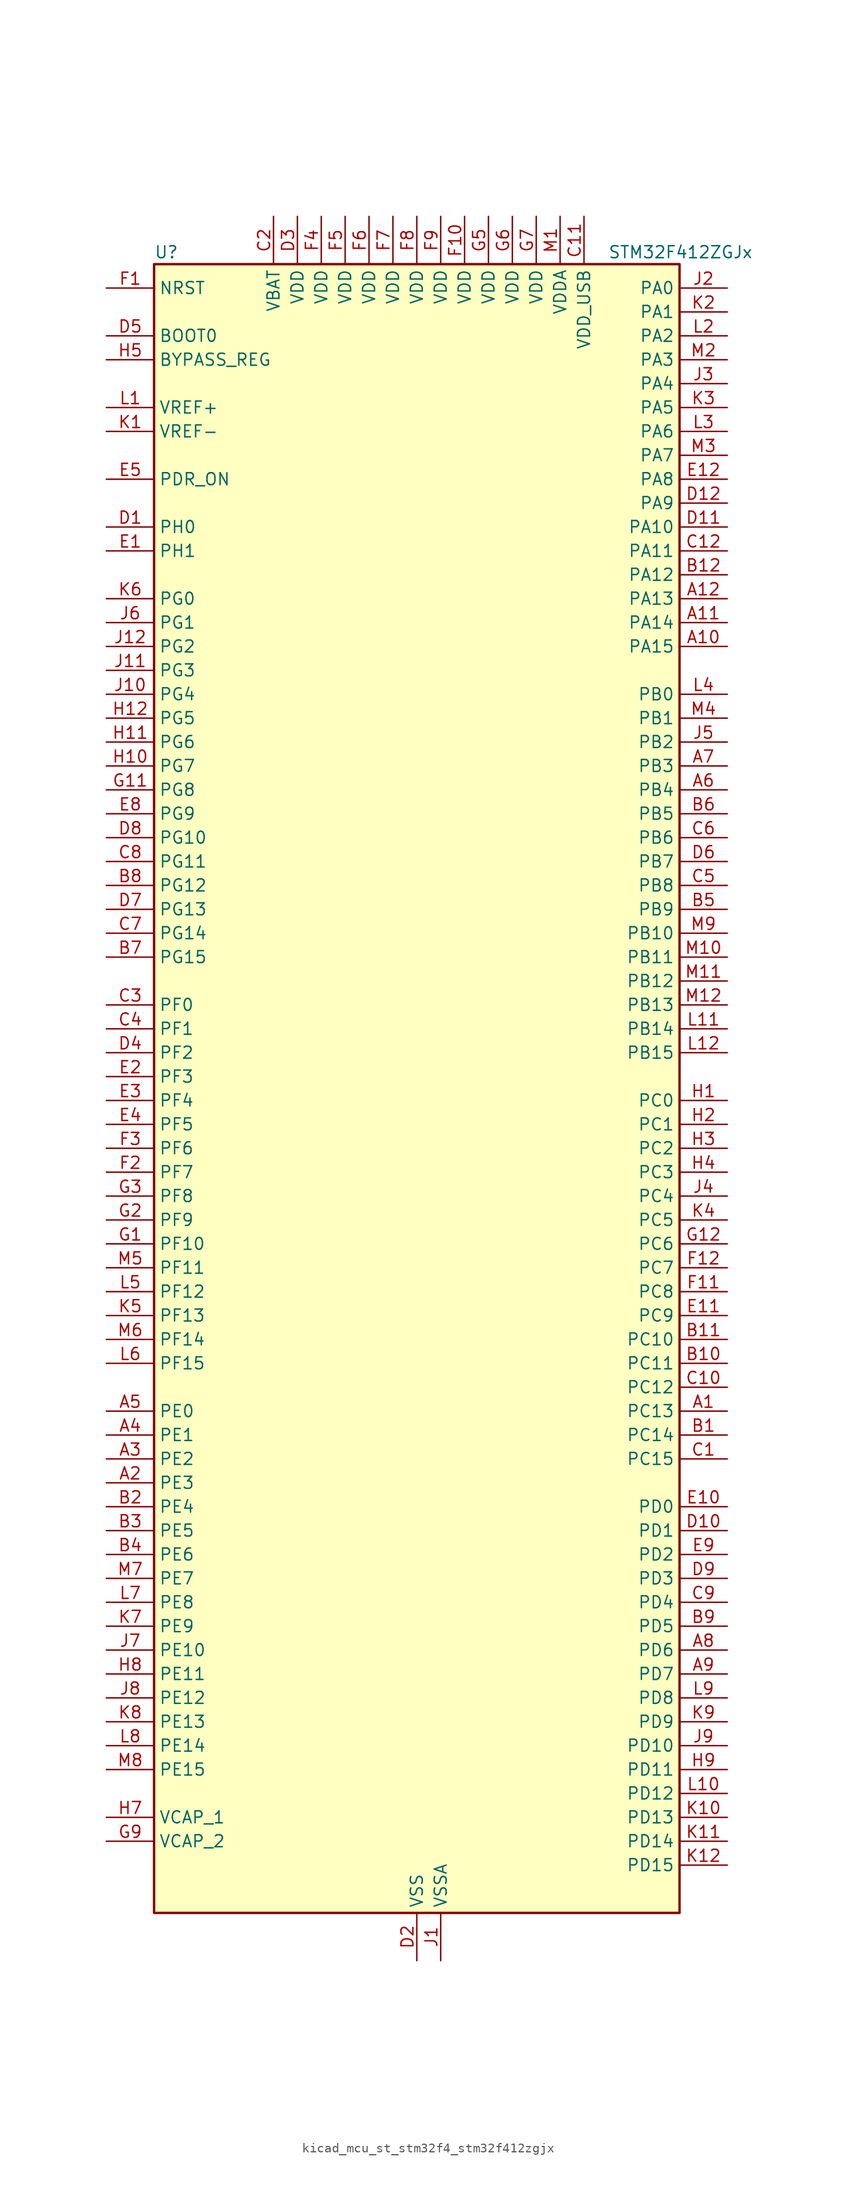
<source format=kicad_sym>
(kicad_symbol_lib
  (version 20220914)
  (generator kicad_symbol_editor)
  (symbol "kicad_mcu_st_stm32f4_stm32f412zgjx"
    (property "Reference" "U"
      (at -27.94 90.17 0)
      (effects (font (size 1.27 1.27)) (justify left)))
    (property "Value" "STM32F412ZGJx"
      (at 20.32 90.17 0)
      (effects (font (size 1.27 1.27)) (justify left)))
    (property "ki_locked" ""
      (at 0 0 0)
      (effects (font (size 1.27 1.27))))
    (symbol "kicad_mcu_st_stm32f4_stm32f412zgjx_0_1"
      (rectangle (start -27.94 -86.36) (end 27.94 88.9) (stroke (width 0.254) (type default)) (fill (type background))))
    (symbol "kicad_mcu_st_stm32f4_stm32f412zgjx_1_1"
      (pin bidirectional line (at 33.02 -33.02 180) (length 5.08) (name "PC13" (effects (font (size 1.27 1.27)))) (number "A1" (effects (font (size 1.27 1.27)))) (alternate "RTC_AF1" bidirectional line))
      (pin bidirectional line (at 33.02 48.26 180) (length 5.08) (name "PA15" (effects (font (size 1.27 1.27)))) (number "A10" (effects (font (size 1.27 1.27)))) (alternate "ADC1_EXTI15" bidirectional line) (alternate "I2S1_WS" bidirectional line) (alternate "I2S3_WS" bidirectional line) (alternate "SPI1_NSS" bidirectional line) (alternate "SPI3_NSS" bidirectional line) (alternate "SYS_JTDI" bidirectional line) (alternate "TIM2_CH1" bidirectional line) (alternate "TIM2_ETR" bidirectional line) (alternate "USART1_TX" bidirectional line))
      (pin bidirectional line (at 33.02 50.8 180) (length 5.08) (name "PA14" (effects (font (size 1.27 1.27)))) (number "A11" (effects (font (size 1.27 1.27)))) (alternate "SYS_JTCK-SWCLK" bidirectional line))
      (pin bidirectional line (at 33.02 53.34 180) (length 5.08) (name "PA13" (effects (font (size 1.27 1.27)))) (number "A12" (effects (font (size 1.27 1.27)))) (alternate "SYS_JTMS-SWDIO" bidirectional line))
      (pin bidirectional line (at -33.02 -40.64 0) (length 5.08) (name "PE3" (effects (font (size 1.27 1.27)))) (number "A2" (effects (font (size 1.27 1.27)))) (alternate "FSMC_A19" bidirectional line) (alternate "SYS_TRACED0" bidirectional line))
      (pin bidirectional line (at -33.02 -38.1 0) (length 5.08) (name "PE2" (effects (font (size 1.27 1.27)))) (number "A3" (effects (font (size 1.27 1.27)))) (alternate "FSMC_A23" bidirectional line) (alternate "I2S4_CK" bidirectional line) (alternate "I2S5_CK" bidirectional line) (alternate "QUADSPI_BK1_IO2" bidirectional line) (alternate "SPI4_SCK" bidirectional line) (alternate "SPI5_SCK" bidirectional line) (alternate "SYS_TRACECLK" bidirectional line))
      (pin bidirectional line (at -33.02 -35.56 0) (length 5.08) (name "PE1" (effects (font (size 1.27 1.27)))) (number "A4" (effects (font (size 1.27 1.27)))) (alternate "FSMC_NBL1" bidirectional line))
      (pin bidirectional line (at -33.02 -33.02 0) (length 5.08) (name "PE0" (effects (font (size 1.27 1.27)))) (number "A5" (effects (font (size 1.27 1.27)))) (alternate "FSMC_NBL0" bidirectional line) (alternate "TIM4_ETR" bidirectional line))
      (pin bidirectional line (at 33.02 33.02 180) (length 5.08) (name "PB4" (effects (font (size 1.27 1.27)))) (number "A6" (effects (font (size 1.27 1.27)))) (alternate "I2C3_SDA" bidirectional line) (alternate "I2S3_ext_SD" bidirectional line) (alternate "SDIO_D0" bidirectional line) (alternate "SPI1_MISO" bidirectional line) (alternate "SPI3_MISO" bidirectional line) (alternate "SYS_JTRST" bidirectional line) (alternate "TIM3_CH1" bidirectional line))
      (pin bidirectional line (at 33.02 35.56 180) (length 5.08) (name "PB3" (effects (font (size 1.27 1.27)))) (number "A7" (effects (font (size 1.27 1.27)))) (alternate "FMPI2C1_SDA" bidirectional line) (alternate "I2C2_SDA" bidirectional line) (alternate "I2S1_CK" bidirectional line) (alternate "I2S3_CK" bidirectional line) (alternate "SPI1_SCK" bidirectional line) (alternate "SPI3_SCK" bidirectional line) (alternate "SYS_JTDO-SWO" bidirectional line) (alternate "TIM2_CH2" bidirectional line) (alternate "USART1_RX" bidirectional line))
      (pin bidirectional line (at 33.02 -58.42 180) (length 5.08) (name "PD6" (effects (font (size 1.27 1.27)))) (number "A8" (effects (font (size 1.27 1.27)))) (alternate "DFSDM1_DATIN1" bidirectional line) (alternate "FSMC_NWAIT" bidirectional line) (alternate "I2S3_SD" bidirectional line) (alternate "SPI3_MOSI" bidirectional line) (alternate "USART2_RX" bidirectional line))
      (pin bidirectional line (at 33.02 -60.96 180) (length 5.08) (name "PD7" (effects (font (size 1.27 1.27)))) (number "A9" (effects (font (size 1.27 1.27)))) (alternate "DFSDM1_CKIN1" bidirectional line) (alternate "FSMC_NE1" bidirectional line) (alternate "USART2_CK" bidirectional line))
      (pin bidirectional line (at 33.02 -35.56 180) (length 5.08) (name "PC14" (effects (font (size 1.27 1.27)))) (number "B1" (effects (font (size 1.27 1.27)))) (alternate "RCC_OSC32_IN" bidirectional line))
      (pin bidirectional line (at 33.02 -27.94 180) (length 5.08) (name "PC11" (effects (font (size 1.27 1.27)))) (number "B10" (effects (font (size 1.27 1.27)))) (alternate "ADC1_EXTI11" bidirectional line) (alternate "FSMC_D2" bidirectional line) (alternate "FSMC_DA2" bidirectional line) (alternate "I2S3_ext_SD" bidirectional line) (alternate "QUADSPI_BK2_NCS" bidirectional line) (alternate "SDIO_D3" bidirectional line) (alternate "SPI3_MISO" bidirectional line) (alternate "USART3_RX" bidirectional line))
      (pin bidirectional line (at 33.02 -25.4 180) (length 5.08) (name "PC10" (effects (font (size 1.27 1.27)))) (number "B11" (effects (font (size 1.27 1.27)))) (alternate "I2S3_CK" bidirectional line) (alternate "QUADSPI_BK1_IO1" bidirectional line) (alternate "SDIO_D2" bidirectional line) (alternate "SPI3_SCK" bidirectional line) (alternate "USART3_TX" bidirectional line))
      (pin bidirectional line (at 33.02 55.88 180) (length 5.08) (name "PA12" (effects (font (size 1.27 1.27)))) (number "B12" (effects (font (size 1.27 1.27)))) (alternate "CAN1_TX" bidirectional line) (alternate "SPI5_MISO" bidirectional line) (alternate "TIM1_ETR" bidirectional line) (alternate "USART1_RTS" bidirectional line) (alternate "USART6_RX" bidirectional line) (alternate "USB_OTG_FS_DP" bidirectional line))
      (pin bidirectional line (at -33.02 -43.18 0) (length 5.08) (name "PE4" (effects (font (size 1.27 1.27)))) (number "B2" (effects (font (size 1.27 1.27)))) (alternate "DFSDM1_DATIN3" bidirectional line) (alternate "FSMC_A20" bidirectional line) (alternate "I2S4_WS" bidirectional line) (alternate "I2S5_WS" bidirectional line) (alternate "SPI4_NSS" bidirectional line) (alternate "SPI5_NSS" bidirectional line) (alternate "SYS_TRACED1" bidirectional line))
      (pin bidirectional line (at -33.02 -45.72 0) (length 5.08) (name "PE5" (effects (font (size 1.27 1.27)))) (number "B3" (effects (font (size 1.27 1.27)))) (alternate "DFSDM1_CKIN3" bidirectional line) (alternate "FSMC_A21" bidirectional line) (alternate "SPI4_MISO" bidirectional line) (alternate "SPI5_MISO" bidirectional line) (alternate "SYS_TRACED2" bidirectional line) (alternate "TIM9_CH1" bidirectional line))
      (pin bidirectional line (at -33.02 -48.26 0) (length 5.08) (name "PE6" (effects (font (size 1.27 1.27)))) (number "B4" (effects (font (size 1.27 1.27)))) (alternate "FSMC_A22" bidirectional line) (alternate "I2S4_SD" bidirectional line) (alternate "I2S5_SD" bidirectional line) (alternate "SPI4_MOSI" bidirectional line) (alternate "SPI5_MOSI" bidirectional line) (alternate "SYS_TRACED3" bidirectional line) (alternate "TIM9_CH2" bidirectional line))
      (pin bidirectional line (at 33.02 20.32 180) (length 5.08) (name "PB9" (effects (font (size 1.27 1.27)))) (number "B5" (effects (font (size 1.27 1.27)))) (alternate "CAN1_TX" bidirectional line) (alternate "I2C1_SDA" bidirectional line) (alternate "I2C2_SDA" bidirectional line) (alternate "I2S2_WS" bidirectional line) (alternate "SDIO_D5" bidirectional line) (alternate "SPI2_NSS" bidirectional line) (alternate "TIM11_CH1" bidirectional line) (alternate "TIM4_CH4" bidirectional line))
      (pin bidirectional line (at 33.02 30.48 180) (length 5.08) (name "PB5" (effects (font (size 1.27 1.27)))) (number "B6" (effects (font (size 1.27 1.27)))) (alternate "CAN2_RX" bidirectional line) (alternate "I2C1_SMBA" bidirectional line) (alternate "I2S1_SD" bidirectional line) (alternate "I2S3_SD" bidirectional line) (alternate "SDIO_D3" bidirectional line) (alternate "SPI1_MOSI" bidirectional line) (alternate "SPI3_MOSI" bidirectional line) (alternate "TIM3_CH2" bidirectional line))
      (pin bidirectional line (at -33.02 15.24 0) (length 5.08) (name "PG15" (effects (font (size 1.27 1.27)))) (number "B7" (effects (font (size 1.27 1.27)))) (alternate "ADC1_EXTI15" bidirectional line) (alternate "USART6_CTS" bidirectional line))
      (pin bidirectional line (at -33.02 22.86 0) (length 5.08) (name "PG12" (effects (font (size 1.27 1.27)))) (number "B8" (effects (font (size 1.27 1.27)))) (alternate "CAN2_TX" bidirectional line) (alternate "FSMC_NE4" bidirectional line) (alternate "USART6_RTS" bidirectional line))
      (pin bidirectional line (at 33.02 -55.88 180) (length 5.08) (name "PD5" (effects (font (size 1.27 1.27)))) (number "B9" (effects (font (size 1.27 1.27)))) (alternate "FSMC_NWE" bidirectional line) (alternate "USART2_TX" bidirectional line))
      (pin bidirectional line (at 33.02 -38.1 180) (length 5.08) (name "PC15" (effects (font (size 1.27 1.27)))) (number "C1" (effects (font (size 1.27 1.27)))) (alternate "ADC1_EXTI15" bidirectional line) (alternate "RCC_OSC32_OUT" bidirectional line))
      (pin bidirectional line (at 33.02 -30.48 180) (length 5.08) (name "PC12" (effects (font (size 1.27 1.27)))) (number "C10" (effects (font (size 1.27 1.27)))) (alternate "FSMC_D3" bidirectional line) (alternate "FSMC_DA3" bidirectional line) (alternate "I2S3_SD" bidirectional line) (alternate "SDIO_CK" bidirectional line) (alternate "SPI3_MOSI" bidirectional line) (alternate "USART3_CK" bidirectional line))
      (pin power_in line (at 17.78 93.98 270) (length 5.08) (name "VDD_USB" (effects (font (size 1.27 1.27)))) (number "C11" (effects (font (size 1.27 1.27)))))
      (pin bidirectional line (at 33.02 58.42 180) (length 5.08) (name "PA11" (effects (font (size 1.27 1.27)))) (number "C12" (effects (font (size 1.27 1.27)))) (alternate "ADC1_EXTI11" bidirectional line) (alternate "CAN1_RX" bidirectional line) (alternate "SPI4_MISO" bidirectional line) (alternate "TIM1_CH4" bidirectional line) (alternate "USART1_CTS" bidirectional line) (alternate "USART6_TX" bidirectional line) (alternate "USB_OTG_FS_DM" bidirectional line))
      (pin power_in line (at -15.24 93.98 270) (length 5.08) (name "VBAT" (effects (font (size 1.27 1.27)))) (number "C2" (effects (font (size 1.27 1.27)))))
      (pin bidirectional line (at -33.02 10.16 0) (length 5.08) (name "PF0" (effects (font (size 1.27 1.27)))) (number "C3" (effects (font (size 1.27 1.27)))) (alternate "FSMC_A0" bidirectional line) (alternate "I2C2_SDA" bidirectional line))
      (pin bidirectional line (at -33.02 7.62 0) (length 5.08) (name "PF1" (effects (font (size 1.27 1.27)))) (number "C4" (effects (font (size 1.27 1.27)))) (alternate "FSMC_A1" bidirectional line) (alternate "I2C2_SCL" bidirectional line))
      (pin bidirectional line (at 33.02 22.86 180) (length 5.08) (name "PB8" (effects (font (size 1.27 1.27)))) (number "C5" (effects (font (size 1.27 1.27)))) (alternate "CAN1_RX" bidirectional line) (alternate "I2C1_SCL" bidirectional line) (alternate "I2C3_SDA" bidirectional line) (alternate "I2S5_SD" bidirectional line) (alternate "SDIO_D4" bidirectional line) (alternate "SPI5_MOSI" bidirectional line) (alternate "TIM10_CH1" bidirectional line) (alternate "TIM4_CH3" bidirectional line))
      (pin bidirectional line (at 33.02 27.94 180) (length 5.08) (name "PB6" (effects (font (size 1.27 1.27)))) (number "C6" (effects (font (size 1.27 1.27)))) (alternate "CAN2_TX" bidirectional line) (alternate "I2C1_SCL" bidirectional line) (alternate "QUADSPI_BK1_NCS" bidirectional line) (alternate "SDIO_D0" bidirectional line) (alternate "TIM4_CH1" bidirectional line) (alternate "USART1_TX" bidirectional line))
      (pin bidirectional line (at -33.02 17.78 0) (length 5.08) (name "PG14" (effects (font (size 1.27 1.27)))) (number "C7" (effects (font (size 1.27 1.27)))) (alternate "FSMC_A25" bidirectional line) (alternate "QUADSPI_BK2_IO3" bidirectional line) (alternate "SYS_TRACED3" bidirectional line) (alternate "USART6_TX" bidirectional line))
      (pin bidirectional line (at -33.02 25.4 0) (length 5.08) (name "PG11" (effects (font (size 1.27 1.27)))) (number "C8" (effects (font (size 1.27 1.27)))) (alternate "ADC1_EXTI11" bidirectional line) (alternate "CAN2_RX" bidirectional line))
      (pin bidirectional line (at 33.02 -53.34 180) (length 5.08) (name "PD4" (effects (font (size 1.27 1.27)))) (number "C9" (effects (font (size 1.27 1.27)))) (alternate "DFSDM1_CKIN0" bidirectional line) (alternate "FSMC_NOE" bidirectional line) (alternate "USART2_RTS" bidirectional line))
      (pin bidirectional line (at -33.02 60.96 0) (length 5.08) (name "PH0" (effects (font (size 1.27 1.27)))) (number "D1" (effects (font (size 1.27 1.27)))) (alternate "RCC_OSC_IN" bidirectional line))
      (pin bidirectional line (at 33.02 -45.72 180) (length 5.08) (name "PD1" (effects (font (size 1.27 1.27)))) (number "D10" (effects (font (size 1.27 1.27)))) (alternate "CAN1_TX" bidirectional line) (alternate "FSMC_D3" bidirectional line) (alternate "FSMC_DA3" bidirectional line))
      (pin bidirectional line (at 33.02 60.96 180) (length 5.08) (name "PA10" (effects (font (size 1.27 1.27)))) (number "D11" (effects (font (size 1.27 1.27)))) (alternate "I2S5_SD" bidirectional line) (alternate "SPI5_MOSI" bidirectional line) (alternate "TIM1_CH3" bidirectional line) (alternate "USART1_RX" bidirectional line) (alternate "USB_OTG_FS_ID" bidirectional line))
      (pin bidirectional line (at 33.02 63.5 180) (length 5.08) (name "PA9" (effects (font (size 1.27 1.27)))) (number "D12" (effects (font (size 1.27 1.27)))) (alternate "I2C3_SMBA" bidirectional line) (alternate "SDIO_D2" bidirectional line) (alternate "TIM1_CH2" bidirectional line) (alternate "USART1_TX" bidirectional line) (alternate "USB_OTG_FS_VBUS" bidirectional line))
      (pin power_in line (at 0 -91.44 90) (length 5.08) (name "VSS" (effects (font (size 1.27 1.27)))) (number "D2" (effects (font (size 1.27 1.27)))))
      (pin power_in line (at -12.7 93.98 270) (length 5.08) (name "VDD" (effects (font (size 1.27 1.27)))) (number "D3" (effects (font (size 1.27 1.27)))))
      (pin bidirectional line (at -33.02 5.08 0) (length 5.08) (name "PF2" (effects (font (size 1.27 1.27)))) (number "D4" (effects (font (size 1.27 1.27)))) (alternate "FSMC_A2" bidirectional line) (alternate "I2C2_SMBA" bidirectional line))
      (pin input line (at -33.02 81.28 0) (length 5.08) (name "BOOT0" (effects (font (size 1.27 1.27)))) (number "D5" (effects (font (size 1.27 1.27)))))
      (pin bidirectional line (at 33.02 25.4 180) (length 5.08) (name "PB7" (effects (font (size 1.27 1.27)))) (number "D6" (effects (font (size 1.27 1.27)))) (alternate "FSMC_NL" bidirectional line) (alternate "I2C1_SDA" bidirectional line) (alternate "TIM4_CH2" bidirectional line) (alternate "USART1_RX" bidirectional line))
      (pin bidirectional line (at -33.02 20.32 0) (length 5.08) (name "PG13" (effects (font (size 1.27 1.27)))) (number "D7" (effects (font (size 1.27 1.27)))) (alternate "FSMC_A24" bidirectional line) (alternate "SYS_TRACED2" bidirectional line) (alternate "USART6_CTS" bidirectional line))
      (pin bidirectional line (at -33.02 27.94 0) (length 5.08) (name "PG10" (effects (font (size 1.27 1.27)))) (number "D8" (effects (font (size 1.27 1.27)))) (alternate "FSMC_NE3" bidirectional line))
      (pin bidirectional line (at 33.02 -50.8 180) (length 5.08) (name "PD3" (effects (font (size 1.27 1.27)))) (number "D9" (effects (font (size 1.27 1.27)))) (alternate "DFSDM1_DATIN0" bidirectional line) (alternate "FSMC_CLK" bidirectional line) (alternate "I2S2_CK" bidirectional line) (alternate "QUADSPI_CLK" bidirectional line) (alternate "SPI2_SCK" bidirectional line) (alternate "SYS_TRACED1" bidirectional line) (alternate "USART2_CTS" bidirectional line))
      (pin bidirectional line (at -33.02 58.42 0) (length 5.08) (name "PH1" (effects (font (size 1.27 1.27)))) (number "E1" (effects (font (size 1.27 1.27)))) (alternate "RCC_OSC_OUT" bidirectional line))
      (pin bidirectional line (at 33.02 -43.18 180) (length 5.08) (name "PD0" (effects (font (size 1.27 1.27)))) (number "E10" (effects (font (size 1.27 1.27)))) (alternate "CAN1_RX" bidirectional line) (alternate "FSMC_D2" bidirectional line) (alternate "FSMC_DA2" bidirectional line))
      (pin bidirectional line (at 33.02 -22.86 180) (length 5.08) (name "PC9" (effects (font (size 1.27 1.27)))) (number "E11" (effects (font (size 1.27 1.27)))) (alternate "I2C3_SDA" bidirectional line) (alternate "I2S_CKIN" bidirectional line) (alternate "QUADSPI_BK1_IO0" bidirectional line) (alternate "RCC_MCO_2" bidirectional line) (alternate "SDIO_D1" bidirectional line) (alternate "TIM3_CH4" bidirectional line) (alternate "TIM8_CH4" bidirectional line))
      (pin bidirectional line (at 33.02 66.04 180) (length 5.08) (name "PA8" (effects (font (size 1.27 1.27)))) (number "E12" (effects (font (size 1.27 1.27)))) (alternate "I2C3_SCL" bidirectional line) (alternate "RCC_MCO_1" bidirectional line) (alternate "SDIO_D1" bidirectional line) (alternate "TIM1_CH1" bidirectional line) (alternate "USART1_CK" bidirectional line) (alternate "USB_OTG_FS_SOF" bidirectional line))
      (pin bidirectional line (at -33.02 2.54 0) (length 5.08) (name "PF3" (effects (font (size 1.27 1.27)))) (number "E2" (effects (font (size 1.27 1.27)))) (alternate "FSMC_A3" bidirectional line) (alternate "TIM5_CH1" bidirectional line))
      (pin bidirectional line (at -33.02 0 0) (length 5.08) (name "PF4" (effects (font (size 1.27 1.27)))) (number "E3" (effects (font (size 1.27 1.27)))) (alternate "FSMC_A4" bidirectional line) (alternate "TIM5_CH2" bidirectional line))
      (pin bidirectional line (at -33.02 -2.54 0) (length 5.08) (name "PF5" (effects (font (size 1.27 1.27)))) (number "E4" (effects (font (size 1.27 1.27)))) (alternate "FSMC_A5" bidirectional line) (alternate "TIM5_CH3" bidirectional line))
      (pin input line (at -33.02 66.04 0) (length 5.08) (name "PDR_ON" (effects (font (size 1.27 1.27)))) (number "E5" (effects (font (size 1.27 1.27)))))
      (pin passive line (at 0 -91.44 90) (length 5.08) hide (name "VSS" (effects (font (size 1.27 1.27)))) (number "E6" (effects (font (size 1.27 1.27)))))
      (pin passive line (at 0 -91.44 90) (length 5.08) hide (name "VSS" (effects (font (size 1.27 1.27)))) (number "E7" (effects (font (size 1.27 1.27)))))
      (pin bidirectional line (at -33.02 30.48 0) (length 5.08) (name "PG9" (effects (font (size 1.27 1.27)))) (number "E8" (effects (font (size 1.27 1.27)))) (alternate "FSMC_NE2" bidirectional line) (alternate "QUADSPI_BK2_IO2" bidirectional line) (alternate "USART6_RX" bidirectional line))
      (pin bidirectional line (at 33.02 -48.26 180) (length 5.08) (name "PD2" (effects (font (size 1.27 1.27)))) (number "E9" (effects (font (size 1.27 1.27)))) (alternate "FSMC_NWE" bidirectional line) (alternate "SDIO_CMD" bidirectional line) (alternate "TIM3_ETR" bidirectional line))
      (pin input line (at -33.02 86.36 0) (length 5.08) (name "NRST" (effects (font (size 1.27 1.27)))) (number "F1" (effects (font (size 1.27 1.27)))))
      (pin power_in line (at 5.08 93.98 270) (length 5.08) (name "VDD" (effects (font (size 1.27 1.27)))) (number "F10" (effects (font (size 1.27 1.27)))))
      (pin bidirectional line (at 33.02 -20.32 180) (length 5.08) (name "PC8" (effects (font (size 1.27 1.27)))) (number "F11" (effects (font (size 1.27 1.27)))) (alternate "QUADSPI_BK1_IO2" bidirectional line) (alternate "SDIO_D0" bidirectional line) (alternate "TIM3_CH3" bidirectional line) (alternate "TIM8_CH3" bidirectional line) (alternate "USART6_CK" bidirectional line))
      (pin bidirectional line (at 33.02 -17.78 180) (length 5.08) (name "PC7" (effects (font (size 1.27 1.27)))) (number "F12" (effects (font (size 1.27 1.27)))) (alternate "DFSDM1_DATIN3" bidirectional line) (alternate "FMPI2C1_SDA" bidirectional line) (alternate "I2S2_CK" bidirectional line) (alternate "I2S3_MCK" bidirectional line) (alternate "SDIO_D7" bidirectional line) (alternate "SPI2_SCK" bidirectional line) (alternate "TIM3_CH2" bidirectional line) (alternate "TIM8_CH2" bidirectional line) (alternate "USART6_RX" bidirectional line))
      (pin bidirectional line (at -33.02 -7.62 0) (length 5.08) (name "PF7" (effects (font (size 1.27 1.27)))) (number "F2" (effects (font (size 1.27 1.27)))) (alternate "QUADSPI_BK1_IO2" bidirectional line) (alternate "SYS_TRACED1" bidirectional line) (alternate "TIM11_CH1" bidirectional line))
      (pin bidirectional line (at -33.02 -5.08 0) (length 5.08) (name "PF6" (effects (font (size 1.27 1.27)))) (number "F3" (effects (font (size 1.27 1.27)))) (alternate "QUADSPI_BK1_IO3" bidirectional line) (alternate "SYS_TRACED0" bidirectional line) (alternate "TIM10_CH1" bidirectional line))
      (pin power_in line (at -10.16 93.98 270) (length 5.08) (name "VDD" (effects (font (size 1.27 1.27)))) (number "F4" (effects (font (size 1.27 1.27)))))
      (pin power_in line (at -7.62 93.98 270) (length 5.08) (name "VDD" (effects (font (size 1.27 1.27)))) (number "F5" (effects (font (size 1.27 1.27)))))
      (pin power_in line (at -5.08 93.98 270) (length 5.08) (name "VDD" (effects (font (size 1.27 1.27)))) (number "F6" (effects (font (size 1.27 1.27)))))
      (pin power_in line (at -2.54 93.98 270) (length 5.08) (name "VDD" (effects (font (size 1.27 1.27)))) (number "F7" (effects (font (size 1.27 1.27)))))
      (pin power_in line (at 0 93.98 270) (length 5.08) (name "VDD" (effects (font (size 1.27 1.27)))) (number "F8" (effects (font (size 1.27 1.27)))))
      (pin power_in line (at 2.54 93.98 270) (length 5.08) (name "VDD" (effects (font (size 1.27 1.27)))) (number "F9" (effects (font (size 1.27 1.27)))))
      (pin bidirectional line (at -33.02 -15.24 0) (length 5.08) (name "PF10" (effects (font (size 1.27 1.27)))) (number "G1" (effects (font (size 1.27 1.27)))) (alternate "TIM1_ETR" bidirectional line) (alternate "TIM5_CH4" bidirectional line))
      (pin passive line (at 0 -91.44 90) (length 5.08) hide (name "VSS" (effects (font (size 1.27 1.27)))) (number "G10" (effects (font (size 1.27 1.27)))))
      (pin bidirectional line (at -33.02 33.02 0) (length 5.08) (name "PG8" (effects (font (size 1.27 1.27)))) (number "G11" (effects (font (size 1.27 1.27)))) (alternate "USART6_RTS" bidirectional line))
      (pin bidirectional line (at 33.02 -15.24 180) (length 5.08) (name "PC6" (effects (font (size 1.27 1.27)))) (number "G12" (effects (font (size 1.27 1.27)))) (alternate "DFSDM1_CKIN3" bidirectional line) (alternate "FMPI2C1_SCL" bidirectional line) (alternate "FSMC_D1" bidirectional line) (alternate "FSMC_DA1" bidirectional line) (alternate "I2S2_MCK" bidirectional line) (alternate "SDIO_D6" bidirectional line) (alternate "TIM3_CH1" bidirectional line) (alternate "TIM8_CH1" bidirectional line) (alternate "USART6_TX" bidirectional line))
      (pin bidirectional line (at -33.02 -12.7 0) (length 5.08) (name "PF9" (effects (font (size 1.27 1.27)))) (number "G2" (effects (font (size 1.27 1.27)))) (alternate "QUADSPI_BK1_IO1" bidirectional line) (alternate "TIM14_CH1" bidirectional line))
      (pin bidirectional line (at -33.02 -10.16 0) (length 5.08) (name "PF8" (effects (font (size 1.27 1.27)))) (number "G3" (effects (font (size 1.27 1.27)))) (alternate "QUADSPI_BK1_IO0" bidirectional line) (alternate "TIM13_CH1" bidirectional line))
      (pin passive line (at 0 -91.44 90) (length 5.08) hide (name "VSS" (effects (font (size 1.27 1.27)))) (number "G4" (effects (font (size 1.27 1.27)))))
      (pin power_in line (at 7.62 93.98 270) (length 5.08) (name "VDD" (effects (font (size 1.27 1.27)))) (number "G5" (effects (font (size 1.27 1.27)))))
      (pin power_in line (at 10.16 93.98 270) (length 5.08) (name "VDD" (effects (font (size 1.27 1.27)))) (number "G6" (effects (font (size 1.27 1.27)))))
      (pin power_in line (at 12.7 93.98 270) (length 5.08) (name "VDD" (effects (font (size 1.27 1.27)))) (number "G7" (effects (font (size 1.27 1.27)))))
      (pin passive line (at 0 -91.44 90) (length 5.08) hide (name "VSS" (effects (font (size 1.27 1.27)))) (number "G8" (effects (font (size 1.27 1.27)))))
      (pin power_out line (at -33.02 -78.74 0) (length 5.08) (name "VCAP_2" (effects (font (size 1.27 1.27)))) (number "G9" (effects (font (size 1.27 1.27)))))
      (pin bidirectional line (at 33.02 0 180) (length 5.08) (name "PC0" (effects (font (size 1.27 1.27)))) (number "H1" (effects (font (size 1.27 1.27)))) (alternate "ADC1_IN10" bidirectional line) (alternate "SYS_WKUP2" bidirectional line))
      (pin bidirectional line (at -33.02 35.56 0) (length 5.08) (name "PG7" (effects (font (size 1.27 1.27)))) (number "H10" (effects (font (size 1.27 1.27)))) (alternate "USART6_CK" bidirectional line))
      (pin bidirectional line (at -33.02 38.1 0) (length 5.08) (name "PG6" (effects (font (size 1.27 1.27)))) (number "H11" (effects (font (size 1.27 1.27)))) (alternate "QUADSPI_BK1_NCS" bidirectional line))
      (pin bidirectional line (at -33.02 40.64 0) (length 5.08) (name "PG5" (effects (font (size 1.27 1.27)))) (number "H12" (effects (font (size 1.27 1.27)))) (alternate "FSMC_A15" bidirectional line))
      (pin bidirectional line (at 33.02 -2.54 180) (length 5.08) (name "PC1" (effects (font (size 1.27 1.27)))) (number "H2" (effects (font (size 1.27 1.27)))) (alternate "ADC1_IN11" bidirectional line) (alternate "SYS_WKUP3" bidirectional line))
      (pin bidirectional line (at 33.02 -5.08 180) (length 5.08) (name "PC2" (effects (font (size 1.27 1.27)))) (number "H3" (effects (font (size 1.27 1.27)))) (alternate "ADC1_IN12" bidirectional line) (alternate "DFSDM1_CKOUT" bidirectional line) (alternate "FSMC_NWE" bidirectional line) (alternate "I2S2_ext_SD" bidirectional line) (alternate "SPI2_MISO" bidirectional line))
      (pin bidirectional line (at 33.02 -7.62 180) (length 5.08) (name "PC3" (effects (font (size 1.27 1.27)))) (number "H4" (effects (font (size 1.27 1.27)))) (alternate "ADC1_IN13" bidirectional line) (alternate "FSMC_A0" bidirectional line) (alternate "I2S2_SD" bidirectional line) (alternate "SPI2_MOSI" bidirectional line))
      (pin input line (at -33.02 78.74 0) (length 5.08) (name "BYPASS_REG" (effects (font (size 1.27 1.27)))) (number "H5" (effects (font (size 1.27 1.27)))))
      (pin passive line (at 0 -91.44 90) (length 5.08) hide (name "VSS" (effects (font (size 1.27 1.27)))) (number "H6" (effects (font (size 1.27 1.27)))))
      (pin power_out line (at -33.02 -76.2 0) (length 5.08) (name "VCAP_1" (effects (font (size 1.27 1.27)))) (number "H7" (effects (font (size 1.27 1.27)))))
      (pin bidirectional line (at -33.02 -60.96 0) (length 5.08) (name "PE11" (effects (font (size 1.27 1.27)))) (number "H8" (effects (font (size 1.27 1.27)))) (alternate "ADC1_EXTI11" bidirectional line) (alternate "FSMC_D8" bidirectional line) (alternate "FSMC_DA8" bidirectional line) (alternate "I2S4_WS" bidirectional line) (alternate "I2S5_WS" bidirectional line) (alternate "SPI4_NSS" bidirectional line) (alternate "SPI5_NSS" bidirectional line) (alternate "TIM1_CH2" bidirectional line))
      (pin bidirectional line (at 33.02 -71.12 180) (length 5.08) (name "PD11" (effects (font (size 1.27 1.27)))) (number "H9" (effects (font (size 1.27 1.27)))) (alternate "ADC1_EXTI11" bidirectional line) (alternate "FMPI2C1_SMBA" bidirectional line) (alternate "FSMC_A16" bidirectional line) (alternate "QUADSPI_BK1_IO0" bidirectional line) (alternate "USART3_CTS" bidirectional line))
      (pin power_in line (at 2.54 -91.44 90) (length 5.08) (name "VSSA" (effects (font (size 1.27 1.27)))) (number "J1" (effects (font (size 1.27 1.27)))))
      (pin bidirectional line (at -33.02 43.18 0) (length 5.08) (name "PG4" (effects (font (size 1.27 1.27)))) (number "J10" (effects (font (size 1.27 1.27)))) (alternate "FSMC_A14" bidirectional line))
      (pin bidirectional line (at -33.02 45.72 0) (length 5.08) (name "PG3" (effects (font (size 1.27 1.27)))) (number "J11" (effects (font (size 1.27 1.27)))) (alternate "FSMC_A13" bidirectional line))
      (pin bidirectional line (at -33.02 48.26 0) (length 5.08) (name "PG2" (effects (font (size 1.27 1.27)))) (number "J12" (effects (font (size 1.27 1.27)))) (alternate "FSMC_A12" bidirectional line))
      (pin bidirectional line (at 33.02 86.36 180) (length 5.08) (name "PA0" (effects (font (size 1.27 1.27)))) (number "J2" (effects (font (size 1.27 1.27)))) (alternate "ADC1_IN0" bidirectional line) (alternate "SYS_WKUP1" bidirectional line) (alternate "TIM2_CH1" bidirectional line) (alternate "TIM2_ETR" bidirectional line) (alternate "TIM5_CH1" bidirectional line) (alternate "TIM8_ETR" bidirectional line) (alternate "USART2_CTS" bidirectional line))
      (pin bidirectional line (at 33.02 76.2 180) (length 5.08) (name "PA4" (effects (font (size 1.27 1.27)))) (number "J3" (effects (font (size 1.27 1.27)))) (alternate "ADC1_IN4" bidirectional line) (alternate "DFSDM1_DATIN1" bidirectional line) (alternate "FSMC_D6" bidirectional line) (alternate "FSMC_DA6" bidirectional line) (alternate "I2S1_WS" bidirectional line) (alternate "I2S3_WS" bidirectional line) (alternate "SPI1_NSS" bidirectional line) (alternate "SPI3_NSS" bidirectional line) (alternate "USART2_CK" bidirectional line))
      (pin bidirectional line (at 33.02 -10.16 180) (length 5.08) (name "PC4" (effects (font (size 1.27 1.27)))) (number "J4" (effects (font (size 1.27 1.27)))) (alternate "ADC1_IN14" bidirectional line) (alternate "FSMC_NE4" bidirectional line) (alternate "I2S1_MCK" bidirectional line) (alternate "QUADSPI_BK2_IO2" bidirectional line))
      (pin bidirectional line (at 33.02 38.1 180) (length 5.08) (name "PB2" (effects (font (size 1.27 1.27)))) (number "J5" (effects (font (size 1.27 1.27)))) (alternate "DFSDM1_CKIN0" bidirectional line) (alternate "QUADSPI_CLK" bidirectional line))
      (pin bidirectional line (at -33.02 50.8 0) (length 5.08) (name "PG1" (effects (font (size 1.27 1.27)))) (number "J6" (effects (font (size 1.27 1.27)))) (alternate "CAN1_TX" bidirectional line) (alternate "FSMC_A11" bidirectional line))
      (pin bidirectional line (at -33.02 -58.42 0) (length 5.08) (name "PE10" (effects (font (size 1.27 1.27)))) (number "J7" (effects (font (size 1.27 1.27)))) (alternate "FSMC_D7" bidirectional line) (alternate "FSMC_DA7" bidirectional line) (alternate "QUADSPI_BK2_IO3" bidirectional line) (alternate "TIM1_CH2N" bidirectional line))
      (pin bidirectional line (at -33.02 -63.5 0) (length 5.08) (name "PE12" (effects (font (size 1.27 1.27)))) (number "J8" (effects (font (size 1.27 1.27)))) (alternate "FSMC_D9" bidirectional line) (alternate "FSMC_DA9" bidirectional line) (alternate "I2S4_CK" bidirectional line) (alternate "I2S5_CK" bidirectional line) (alternate "SPI4_SCK" bidirectional line) (alternate "SPI5_SCK" bidirectional line) (alternate "TIM1_CH3N" bidirectional line))
      (pin bidirectional line (at 33.02 -68.58 180) (length 5.08) (name "PD10" (effects (font (size 1.27 1.27)))) (number "J9" (effects (font (size 1.27 1.27)))) (alternate "FSMC_D15" bidirectional line) (alternate "FSMC_DA15" bidirectional line) (alternate "USART3_CK" bidirectional line))
      (pin input line (at -33.02 71.12 0) (length 5.08) (name "VREF-" (effects (font (size 1.27 1.27)))) (number "K1" (effects (font (size 1.27 1.27)))))
      (pin bidirectional line (at 33.02 -76.2 180) (length 5.08) (name "PD13" (effects (font (size 1.27 1.27)))) (number "K10" (effects (font (size 1.27 1.27)))) (alternate "FMPI2C1_SDA" bidirectional line) (alternate "FSMC_A18" bidirectional line) (alternate "QUADSPI_BK1_IO3" bidirectional line) (alternate "TIM4_CH2" bidirectional line))
      (pin bidirectional line (at 33.02 -78.74 180) (length 5.08) (name "PD14" (effects (font (size 1.27 1.27)))) (number "K11" (effects (font (size 1.27 1.27)))) (alternate "FMPI2C1_SCL" bidirectional line) (alternate "FSMC_D0" bidirectional line) (alternate "FSMC_DA0" bidirectional line) (alternate "TIM4_CH3" bidirectional line))
      (pin bidirectional line (at 33.02 -81.28 180) (length 5.08) (name "PD15" (effects (font (size 1.27 1.27)))) (number "K12" (effects (font (size 1.27 1.27)))) (alternate "ADC1_EXTI15" bidirectional line) (alternate "FMPI2C1_SDA" bidirectional line) (alternate "FSMC_D1" bidirectional line) (alternate "FSMC_DA1" bidirectional line) (alternate "TIM4_CH4" bidirectional line))
      (pin bidirectional line (at 33.02 83.82 180) (length 5.08) (name "PA1" (effects (font (size 1.27 1.27)))) (number "K2" (effects (font (size 1.27 1.27)))) (alternate "ADC1_IN1" bidirectional line) (alternate "I2S4_SD" bidirectional line) (alternate "QUADSPI_BK1_IO3" bidirectional line) (alternate "SPI4_MOSI" bidirectional line) (alternate "TIM2_CH2" bidirectional line) (alternate "TIM5_CH2" bidirectional line) (alternate "USART2_RTS" bidirectional line))
      (pin bidirectional line (at 33.02 73.66 180) (length 5.08) (name "PA5" (effects (font (size 1.27 1.27)))) (number "K3" (effects (font (size 1.27 1.27)))) (alternate "ADC1_IN5" bidirectional line) (alternate "DFSDM1_CKIN1" bidirectional line) (alternate "FSMC_D7" bidirectional line) (alternate "FSMC_DA7" bidirectional line) (alternate "I2S1_CK" bidirectional line) (alternate "SPI1_SCK" bidirectional line) (alternate "TIM2_CH1" bidirectional line) (alternate "TIM2_ETR" bidirectional line) (alternate "TIM8_CH1N" bidirectional line))
      (pin bidirectional line (at 33.02 -12.7 180) (length 5.08) (name "PC5" (effects (font (size 1.27 1.27)))) (number "K4" (effects (font (size 1.27 1.27)))) (alternate "ADC1_IN15" bidirectional line) (alternate "FMPI2C1_SMBA" bidirectional line) (alternate "FSMC_NOE" bidirectional line) (alternate "QUADSPI_BK2_IO3" bidirectional line) (alternate "USART3_RX" bidirectional line))
      (pin bidirectional line (at -33.02 -22.86 0) (length 5.08) (name "PF13" (effects (font (size 1.27 1.27)))) (number "K5" (effects (font (size 1.27 1.27)))) (alternate "FMPI2C1_SMBA" bidirectional line) (alternate "FSMC_A7" bidirectional line))
      (pin bidirectional line (at -33.02 53.34 0) (length 5.08) (name "PG0" (effects (font (size 1.27 1.27)))) (number "K6" (effects (font (size 1.27 1.27)))) (alternate "CAN1_RX" bidirectional line) (alternate "FSMC_A10" bidirectional line))
      (pin bidirectional line (at -33.02 -55.88 0) (length 5.08) (name "PE9" (effects (font (size 1.27 1.27)))) (number "K7" (effects (font (size 1.27 1.27)))) (alternate "DFSDM1_CKOUT" bidirectional line) (alternate "FSMC_D6" bidirectional line) (alternate "FSMC_DA6" bidirectional line) (alternate "QUADSPI_BK2_IO2" bidirectional line) (alternate "TIM1_CH1" bidirectional line))
      (pin bidirectional line (at -33.02 -66.04 0) (length 5.08) (name "PE13" (effects (font (size 1.27 1.27)))) (number "K8" (effects (font (size 1.27 1.27)))) (alternate "FSMC_D10" bidirectional line) (alternate "FSMC_DA10" bidirectional line) (alternate "SPI4_MISO" bidirectional line) (alternate "SPI5_MISO" bidirectional line) (alternate "TIM1_CH3" bidirectional line))
      (pin bidirectional line (at 33.02 -66.04 180) (length 5.08) (name "PD9" (effects (font (size 1.27 1.27)))) (number "K9" (effects (font (size 1.27 1.27)))) (alternate "FSMC_D14" bidirectional line) (alternate "FSMC_DA14" bidirectional line) (alternate "USART3_RX" bidirectional line))
      (pin input line (at -33.02 73.66 0) (length 5.08) (name "VREF+" (effects (font (size 1.27 1.27)))) (number "L1" (effects (font (size 1.27 1.27)))))
      (pin bidirectional line (at 33.02 -73.66 180) (length 5.08) (name "PD12" (effects (font (size 1.27 1.27)))) (number "L10" (effects (font (size 1.27 1.27)))) (alternate "FMPI2C1_SCL" bidirectional line) (alternate "FSMC_A17" bidirectional line) (alternate "QUADSPI_BK1_IO1" bidirectional line) (alternate "TIM4_CH1" bidirectional line) (alternate "USART3_RTS" bidirectional line))
      (pin bidirectional line (at 33.02 7.62 180) (length 5.08) (name "PB14" (effects (font (size 1.27 1.27)))) (number "L11" (effects (font (size 1.27 1.27)))) (alternate "DFSDM1_DATIN2" bidirectional line) (alternate "FMPI2C1_SDA" bidirectional line) (alternate "FSMC_D0" bidirectional line) (alternate "FSMC_DA0" bidirectional line) (alternate "I2S2_ext_SD" bidirectional line) (alternate "SDIO_D6" bidirectional line) (alternate "SPI2_MISO" bidirectional line) (alternate "TIM12_CH1" bidirectional line) (alternate "TIM1_CH2N" bidirectional line) (alternate "TIM8_CH2N" bidirectional line) (alternate "USART3_RTS" bidirectional line))
      (pin bidirectional line (at 33.02 5.08 180) (length 5.08) (name "PB15" (effects (font (size 1.27 1.27)))) (number "L12" (effects (font (size 1.27 1.27)))) (alternate "ADC1_EXTI15" bidirectional line) (alternate "DFSDM1_CKIN2" bidirectional line) (alternate "FMPI2C1_SCL" bidirectional line) (alternate "I2S2_SD" bidirectional line) (alternate "RTC_REFIN" bidirectional line) (alternate "SDIO_CK" bidirectional line) (alternate "SPI2_MOSI" bidirectional line) (alternate "TIM12_CH2" bidirectional line) (alternate "TIM1_CH3N" bidirectional line) (alternate "TIM8_CH3N" bidirectional line))
      (pin bidirectional line (at 33.02 81.28 180) (length 5.08) (name "PA2" (effects (font (size 1.27 1.27)))) (number "L2" (effects (font (size 1.27 1.27)))) (alternate "ADC1_IN2" bidirectional line) (alternate "FSMC_D4" bidirectional line) (alternate "FSMC_DA4" bidirectional line) (alternate "I2S_CKIN" bidirectional line) (alternate "TIM2_CH3" bidirectional line) (alternate "TIM5_CH3" bidirectional line) (alternate "TIM9_CH1" bidirectional line) (alternate "USART2_TX" bidirectional line))
      (pin bidirectional line (at 33.02 71.12 180) (length 5.08) (name "PA6" (effects (font (size 1.27 1.27)))) (number "L3" (effects (font (size 1.27 1.27)))) (alternate "ADC1_IN6" bidirectional line) (alternate "I2S2_MCK" bidirectional line) (alternate "QUADSPI_BK2_IO0" bidirectional line) (alternate "SDIO_CMD" bidirectional line) (alternate "SPI1_MISO" bidirectional line) (alternate "TIM13_CH1" bidirectional line) (alternate "TIM1_BKIN" bidirectional line) (alternate "TIM3_CH1" bidirectional line) (alternate "TIM8_BKIN" bidirectional line))
      (pin bidirectional line (at 33.02 43.18 180) (length 5.08) (name "PB0" (effects (font (size 1.27 1.27)))) (number "L4" (effects (font (size 1.27 1.27)))) (alternate "ADC1_IN8" bidirectional line) (alternate "I2S5_CK" bidirectional line) (alternate "SPI5_SCK" bidirectional line) (alternate "TIM1_CH2N" bidirectional line) (alternate "TIM3_CH3" bidirectional line) (alternate "TIM8_CH2N" bidirectional line))
      (pin bidirectional line (at -33.02 -20.32 0) (length 5.08) (name "PF12" (effects (font (size 1.27 1.27)))) (number "L5" (effects (font (size 1.27 1.27)))) (alternate "FSMC_A6" bidirectional line) (alternate "TIM8_BKIN" bidirectional line))
      (pin bidirectional line (at -33.02 -27.94 0) (length 5.08) (name "PF15" (effects (font (size 1.27 1.27)))) (number "L6" (effects (font (size 1.27 1.27)))) (alternate "ADC1_EXTI15" bidirectional line) (alternate "FMPI2C1_SDA" bidirectional line) (alternate "FSMC_A9" bidirectional line))
      (pin bidirectional line (at -33.02 -53.34 0) (length 5.08) (name "PE8" (effects (font (size 1.27 1.27)))) (number "L7" (effects (font (size 1.27 1.27)))) (alternate "DFSDM1_CKIN2" bidirectional line) (alternate "FSMC_D5" bidirectional line) (alternate "FSMC_DA5" bidirectional line) (alternate "QUADSPI_BK2_IO1" bidirectional line) (alternate "TIM1_CH1N" bidirectional line))
      (pin bidirectional line (at -33.02 -68.58 0) (length 5.08) (name "PE14" (effects (font (size 1.27 1.27)))) (number "L8" (effects (font (size 1.27 1.27)))) (alternate "FSMC_D11" bidirectional line) (alternate "FSMC_DA11" bidirectional line) (alternate "I2S4_SD" bidirectional line) (alternate "I2S5_SD" bidirectional line) (alternate "SPI4_MOSI" bidirectional line) (alternate "SPI5_MOSI" bidirectional line) (alternate "TIM1_CH4" bidirectional line))
      (pin bidirectional line (at 33.02 -63.5 180) (length 5.08) (name "PD8" (effects (font (size 1.27 1.27)))) (number "L9" (effects (font (size 1.27 1.27)))) (alternate "FSMC_D13" bidirectional line) (alternate "FSMC_DA13" bidirectional line) (alternate "USART3_TX" bidirectional line))
      (pin power_in line (at 15.24 93.98 270) (length 5.08) (name "VDDA" (effects (font (size 1.27 1.27)))) (number "M1" (effects (font (size 1.27 1.27)))))
      (pin bidirectional line (at 33.02 15.24 180) (length 5.08) (name "PB11" (effects (font (size 1.27 1.27)))) (number "M10" (effects (font (size 1.27 1.27)))) (alternate "ADC1_EXTI11" bidirectional line) (alternate "I2C2_SDA" bidirectional line) (alternate "I2S_CKIN" bidirectional line) (alternate "TIM2_CH4" bidirectional line) (alternate "USART3_RX" bidirectional line))
      (pin bidirectional line (at 33.02 12.7 180) (length 5.08) (name "PB12" (effects (font (size 1.27 1.27)))) (number "M11" (effects (font (size 1.27 1.27)))) (alternate "CAN2_RX" bidirectional line) (alternate "DFSDM1_DATIN1" bidirectional line) (alternate "FSMC_D13" bidirectional line) (alternate "FSMC_DA13" bidirectional line) (alternate "I2C2_SMBA" bidirectional line) (alternate "I2S2_WS" bidirectional line) (alternate "I2S3_CK" bidirectional line) (alternate "I2S4_WS" bidirectional line) (alternate "SPI2_NSS" bidirectional line) (alternate "SPI3_SCK" bidirectional line) (alternate "SPI4_NSS" bidirectional line) (alternate "TIM1_BKIN" bidirectional line) (alternate "USART3_CK" bidirectional line))
      (pin bidirectional line (at 33.02 10.16 180) (length 5.08) (name "PB13" (effects (font (size 1.27 1.27)))) (number "M12" (effects (font (size 1.27 1.27)))) (alternate "CAN2_TX" bidirectional line) (alternate "DFSDM1_CKIN1" bidirectional line) (alternate "FMPI2C1_SMBA" bidirectional line) (alternate "I2S2_CK" bidirectional line) (alternate "I2S4_CK" bidirectional line) (alternate "SPI2_SCK" bidirectional line) (alternate "SPI4_SCK" bidirectional line) (alternate "TIM1_CH1N" bidirectional line) (alternate "USART3_CTS" bidirectional line))
      (pin bidirectional line (at 33.02 78.74 180) (length 5.08) (name "PA3" (effects (font (size 1.27 1.27)))) (number "M2" (effects (font (size 1.27 1.27)))) (alternate "ADC1_IN3" bidirectional line) (alternate "FSMC_D5" bidirectional line) (alternate "FSMC_DA5" bidirectional line) (alternate "I2S2_MCK" bidirectional line) (alternate "TIM2_CH4" bidirectional line) (alternate "TIM5_CH4" bidirectional line) (alternate "TIM9_CH2" bidirectional line) (alternate "USART2_RX" bidirectional line))
      (pin bidirectional line (at 33.02 68.58 180) (length 5.08) (name "PA7" (effects (font (size 1.27 1.27)))) (number "M3" (effects (font (size 1.27 1.27)))) (alternate "ADC1_IN7" bidirectional line) (alternate "I2S1_SD" bidirectional line) (alternate "QUADSPI_BK2_IO1" bidirectional line) (alternate "SPI1_MOSI" bidirectional line) (alternate "TIM14_CH1" bidirectional line) (alternate "TIM1_CH1N" bidirectional line) (alternate "TIM3_CH2" bidirectional line) (alternate "TIM8_CH1N" bidirectional line))
      (pin bidirectional line (at 33.02 40.64 180) (length 5.08) (name "PB1" (effects (font (size 1.27 1.27)))) (number "M4" (effects (font (size 1.27 1.27)))) (alternate "ADC1_IN9" bidirectional line) (alternate "DFSDM1_DATIN0" bidirectional line) (alternate "I2S5_WS" bidirectional line) (alternate "QUADSPI_CLK" bidirectional line) (alternate "SPI5_NSS" bidirectional line) (alternate "TIM1_CH3N" bidirectional line) (alternate "TIM3_CH4" bidirectional line) (alternate "TIM8_CH3N" bidirectional line))
      (pin bidirectional line (at -33.02 -17.78 0) (length 5.08) (name "PF11" (effects (font (size 1.27 1.27)))) (number "M5" (effects (font (size 1.27 1.27)))) (alternate "ADC1_EXTI11" bidirectional line) (alternate "TIM8_ETR" bidirectional line))
      (pin bidirectional line (at -33.02 -25.4 0) (length 5.08) (name "PF14" (effects (font (size 1.27 1.27)))) (number "M6" (effects (font (size 1.27 1.27)))) (alternate "FMPI2C1_SCL" bidirectional line) (alternate "FSMC_A8" bidirectional line))
      (pin bidirectional line (at -33.02 -50.8 0) (length 5.08) (name "PE7" (effects (font (size 1.27 1.27)))) (number "M7" (effects (font (size 1.27 1.27)))) (alternate "DFSDM1_DATIN2" bidirectional line) (alternate "FSMC_D4" bidirectional line) (alternate "FSMC_DA4" bidirectional line) (alternate "QUADSPI_BK2_IO0" bidirectional line) (alternate "TIM1_ETR" bidirectional line))
      (pin bidirectional line (at -33.02 -71.12 0) (length 5.08) (name "PE15" (effects (font (size 1.27 1.27)))) (number "M8" (effects (font (size 1.27 1.27)))) (alternate "ADC1_EXTI15" bidirectional line) (alternate "FSMC_D12" bidirectional line) (alternate "FSMC_DA12" bidirectional line) (alternate "TIM1_BKIN" bidirectional line))
      (pin bidirectional line (at 33.02 17.78 180) (length 5.08) (name "PB10" (effects (font (size 1.27 1.27)))) (number "M9" (effects (font (size 1.27 1.27)))) (alternate "FMPI2C1_SCL" bidirectional line) (alternate "I2C2_SCL" bidirectional line) (alternate "I2S2_CK" bidirectional line) (alternate "I2S3_MCK" bidirectional line) (alternate "SDIO_D7" bidirectional line) (alternate "SPI2_SCK" bidirectional line) (alternate "TIM2_CH3" bidirectional line) (alternate "USART3_TX" bidirectional line)))))
</source>
